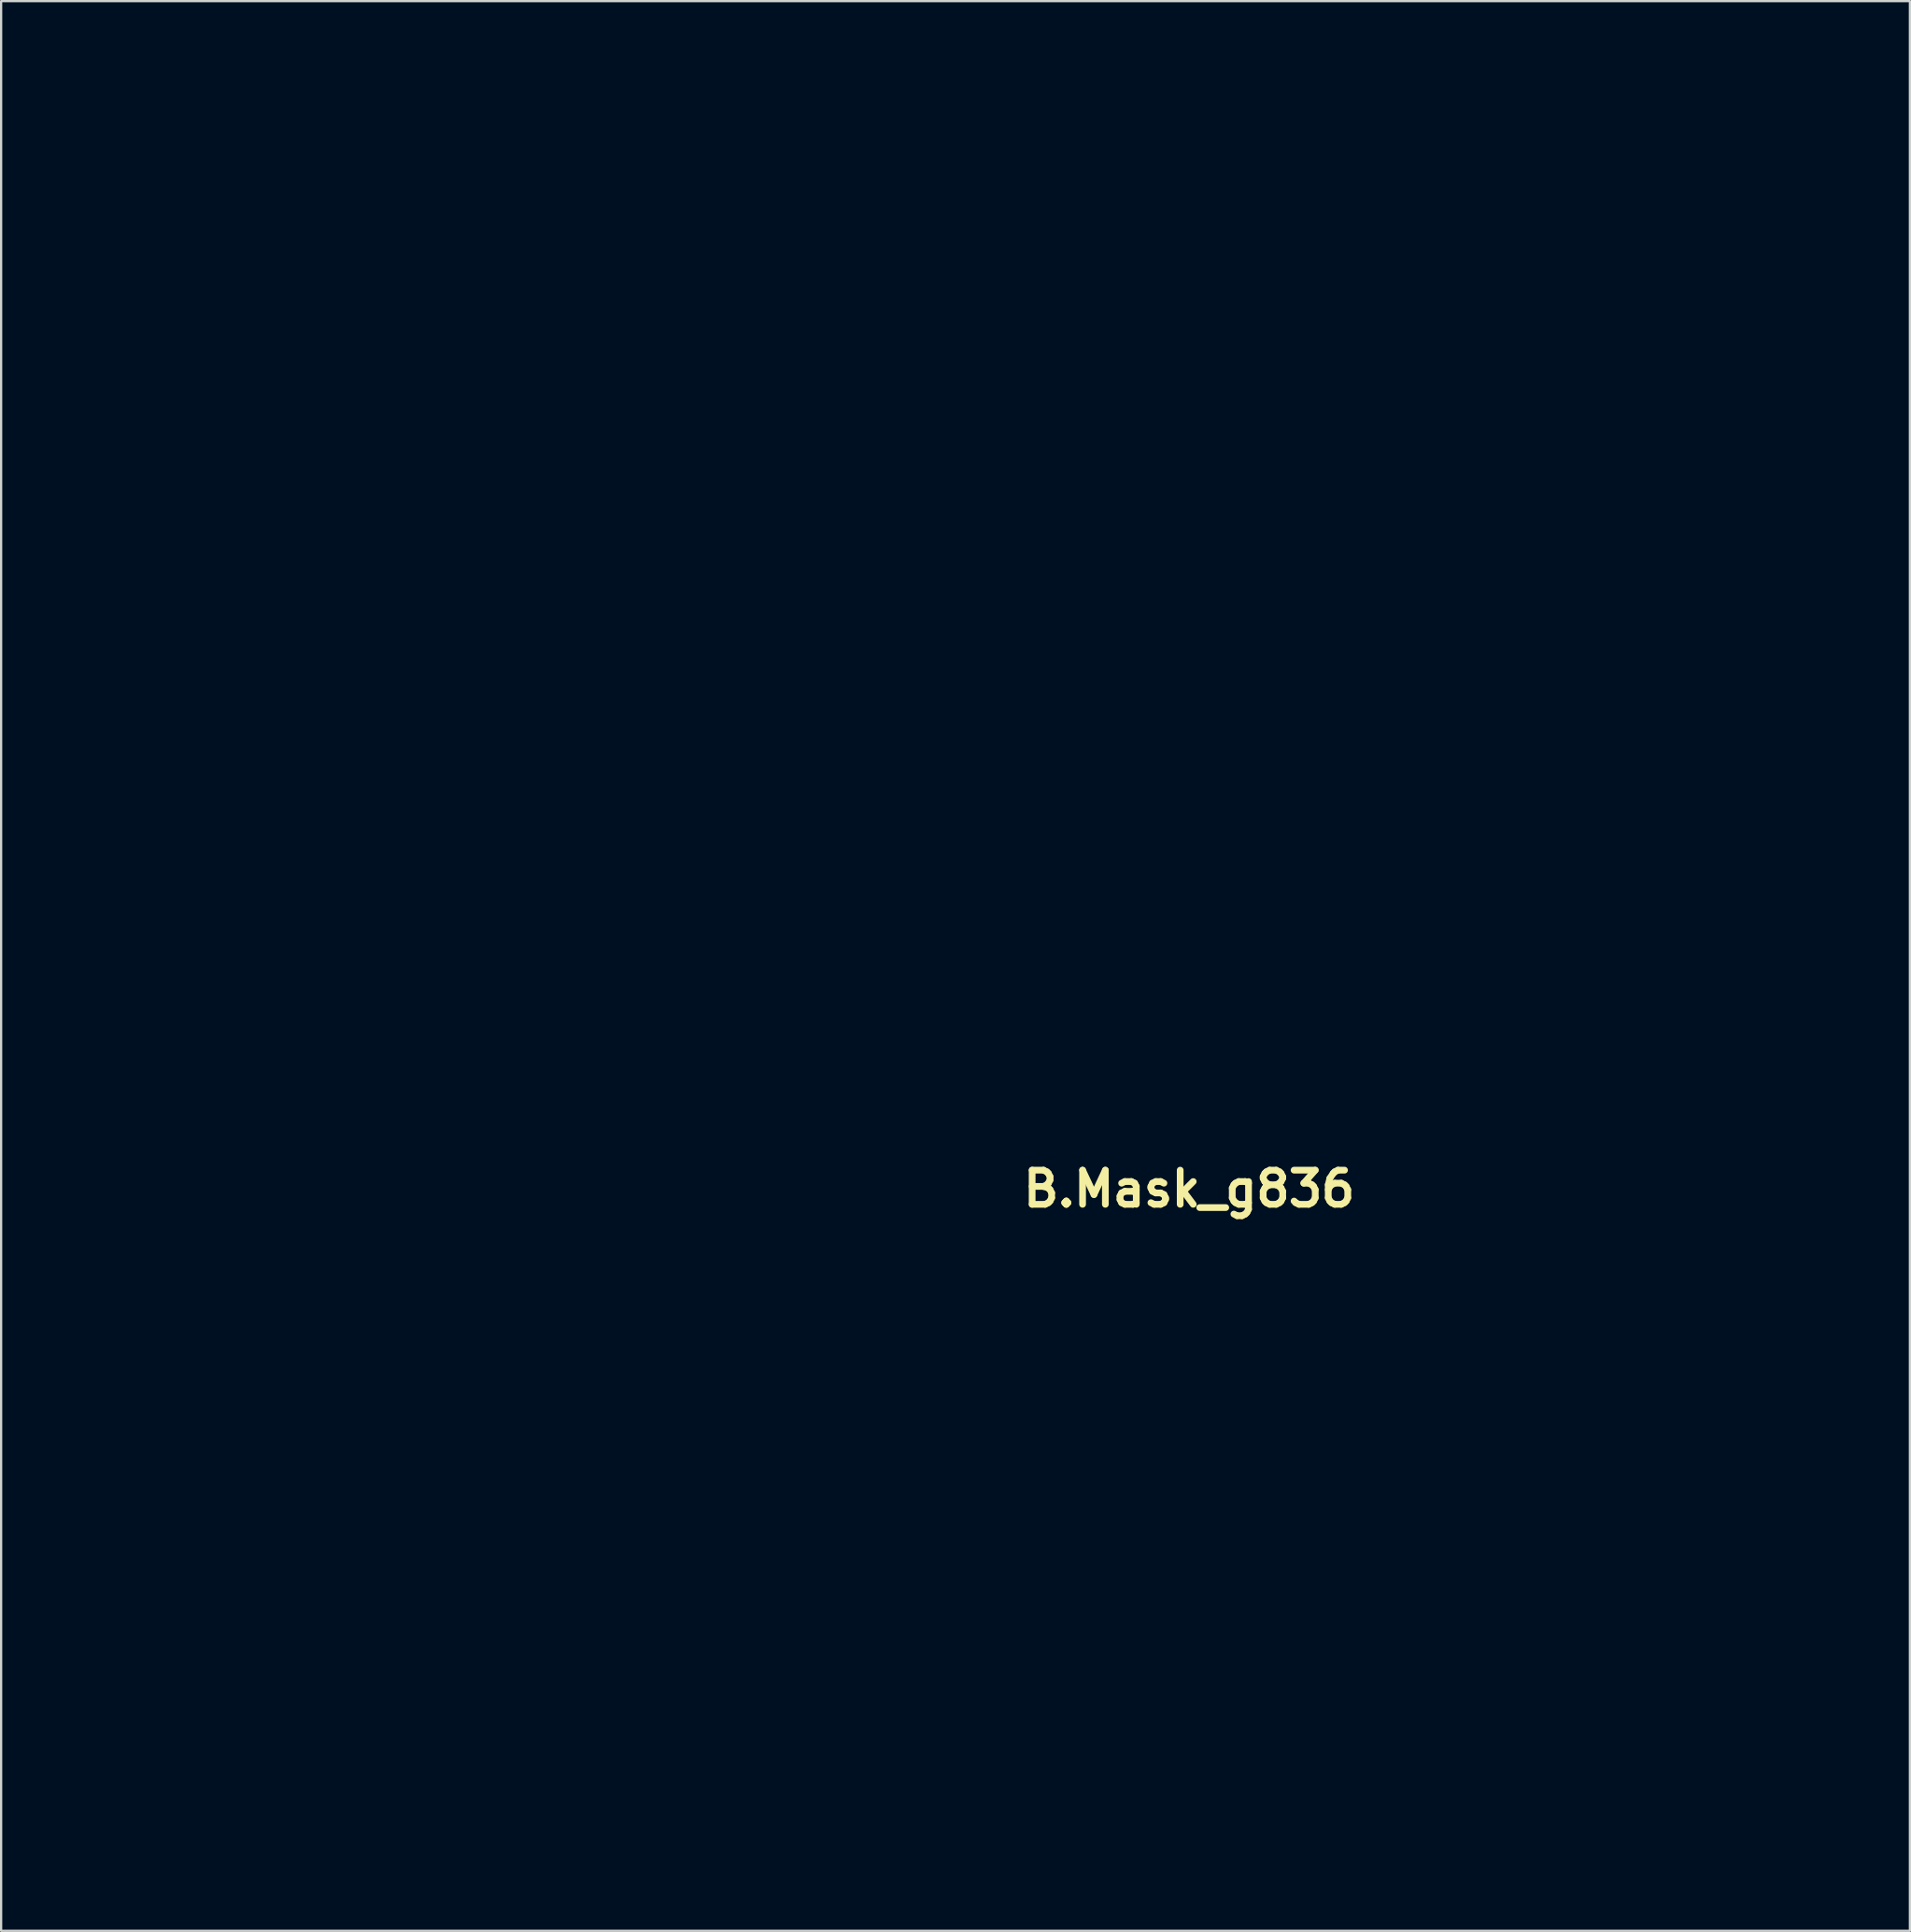
<source format=kicad_pcb>
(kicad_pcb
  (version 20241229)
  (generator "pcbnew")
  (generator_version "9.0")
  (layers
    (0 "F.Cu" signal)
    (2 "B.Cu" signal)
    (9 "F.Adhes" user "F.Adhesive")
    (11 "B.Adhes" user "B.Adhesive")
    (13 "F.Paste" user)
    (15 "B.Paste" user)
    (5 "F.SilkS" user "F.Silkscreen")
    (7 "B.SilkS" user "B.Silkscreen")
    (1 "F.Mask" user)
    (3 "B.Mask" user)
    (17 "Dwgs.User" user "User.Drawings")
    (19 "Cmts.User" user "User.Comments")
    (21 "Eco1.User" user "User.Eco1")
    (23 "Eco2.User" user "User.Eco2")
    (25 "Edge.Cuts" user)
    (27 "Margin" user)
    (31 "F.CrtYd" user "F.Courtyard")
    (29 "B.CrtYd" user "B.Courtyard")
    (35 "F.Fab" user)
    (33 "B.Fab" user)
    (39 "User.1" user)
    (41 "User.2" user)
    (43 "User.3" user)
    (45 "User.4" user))
  (footprint "B.Mask_g836"
    (layer "F.Cu")
    (at 49.993 49.994)
    (property "Reference" "B.Mask_g836" (at 0 0 0) (layer "F.SilkS") (effects (font (size 1.524 1.524) (thickness 0.3))))
    (attr through_hole)
    (fp_poly (pts (xy -10.92 -49.988) (xy -10.891 -49.973) (xy -10.832 -49.938) (xy -10.75 -49.884) (xy -10.647 -49.816) (xy -10.531 -49.737) (xy -10.404 -49.65) (xy -10.273 -49.559) (xy -10.143 -49.468) (xy -10.018 -49.38) (xy -9.903 -49.297) (xy -9.804 -49.224) (xy -9.753 -49.186) (xy -9.381 -48.886) (xy -9.01 -48.554) (xy -8.65 -48.198) (xy -8.308 -47.828) (xy -7.992 -47.451) (xy -7.752 -47.134) (xy -7.435 -46.659) (xy -7.14 -46.155) (xy -6.874 -45.63) (xy -6.64 -45.092) (xy -6.639 -45.089) (xy -6.484 -44.702) (xy -6.327 -44.94) (xy -6.219 -45.101) (xy -6.112 -45.249) (xy -5.999 -45.393) (xy -5.874 -45.543) (xy -5.729 -45.708) (xy -5.636 -45.81) (xy -5.308 -46.154) (xy -4.954 -46.496) (xy -4.582 -46.83) (xy -4.202 -47.146) (xy -3.825 -47.436) (xy -3.609 -47.591) (xy -3.443 -47.703) (xy -3.307 -47.789) (xy -3.2 -47.849) (xy -3.119 -47.881) (xy -3.062 -47.888) (xy -3.028 -47.868) (xy -3.014 -47.823) (xy -3.019 -47.753) (xy -3.037 -47.668) (xy -3.078 -47.434) (xy -3.084 -47.185) (xy -3.058 -46.928) (xy -2.999 -46.673) (xy -2.91 -46.427) (xy -2.856 -46.313) (xy -2.799 -46.211) (xy -2.732 -46.107) (xy -2.654 -45.998) (xy -2.561 -45.883) (xy -2.451 -45.758) (xy -2.322 -45.62) (xy -2.171 -45.466) (xy -1.996 -45.295) (xy -1.794 -45.103) (xy -1.562 -44.887) (xy -1.482 -44.813) (xy -1.349 -44.691) (xy -1.217 -44.567) (xy -1.092 -44.449) (xy -0.978 -44.341) (xy -0.883 -44.25) (xy -0.812 -44.179) (xy -0.797 -44.165) (xy -0.551 -43.897) (xy -0.343 -43.635) (xy -0.172 -43.374) (xy -0.035 -43.11) (xy 0.069 -42.838) (xy 0.143 -42.554) (xy 0.19 -42.252) (xy 0.203 -42.1) (xy 0.21 -42.006) (xy 0.218 -41.926) (xy 0.226 -41.871) (xy 0.231 -41.852) (xy 0.249 -41.855) (xy 0.288 -41.891) (xy 0.343 -41.957) (xy 0.36 -41.979) (xy 0.592 -42.255) (xy 0.861 -42.519) (xy 1.16 -42.768) (xy 1.486 -43) (xy 1.832 -43.212) (xy 2.194 -43.4) (xy 2.567 -43.56) (xy 2.945 -43.691) (xy 3.324 -43.788) (xy 3.344 -43.793) (xy 3.503 -43.824) (xy 3.7 -43.859) (xy 3.933 -43.899) (xy 4.198 -43.942) (xy 4.492 -43.987) (xy 4.614 -44.006) (xy 4.93 -44.056) (xy 5.229 -44.108) (xy 5.507 -44.162) (xy 5.76 -44.216) (xy 5.984 -44.269) (xy 6.174 -44.321) (xy 6.327 -44.37) (xy 6.346 -44.377) (xy 6.484 -44.436) (xy 6.642 -44.514) (xy 6.808 -44.606) (xy 6.97 -44.703) (xy 7.072 -44.771) (xy 7.295 -44.934) (xy 7.482 -45.096) (xy 7.641 -45.263) (xy 7.721 -45.364) (xy 7.803 -45.471) (xy 7.865 -45.549) (xy 7.911 -45.602) (xy 7.946 -45.634) (xy 7.975 -45.649) (xy 8.002 -45.654) (xy 8.019 -45.652) (xy 8.06 -45.638) (xy 8.098 -45.598) (xy 8.132 -45.54) (xy 8.174 -45.452) (xy 8.221 -45.33) (xy 8.273 -45.181) (xy 8.326 -45.014) (xy 8.379 -44.836) (xy 8.43 -44.655) (xy 8.475 -44.478) (xy 8.514 -44.312) (xy 8.543 -44.166) (xy 8.549 -44.133) (xy 8.574 -43.941) (xy 8.596 -43.713) (xy 8.614 -43.457) (xy 8.627 -43.179) (xy 8.636 -42.884) (xy 8.641 -42.581) (xy 8.641 -42.275) (xy 8.636 -41.972) (xy 8.627 -41.681) (xy 8.613 -41.406) (xy 8.594 -41.159) (xy 8.533 -40.678) (xy 8.437 -40.185) (xy 8.308 -39.685) (xy 8.149 -39.186) (xy 7.961 -38.695) (xy 7.748 -38.22) (xy 7.534 -37.807) (xy 7.492 -37.731) (xy 7.464 -37.678) (xy 7.453 -37.646) (xy 7.463 -37.637) (xy 7.497 -37.65) (xy 7.557 -37.685) (xy 7.647 -37.743) (xy 7.753 -37.813) (xy 7.937 -37.931) (xy 8.099 -38.031) (xy 8.253 -38.12) (xy 8.411 -38.206) (xy 8.586 -38.297) (xy 8.636 -38.322) (xy 9.147 -38.555) (xy 9.667 -38.747) (xy 10.193 -38.9) (xy 10.725 -39.011) (xy 11.261 -39.081) (xy 11.798 -39.109) (xy 12.315 -39.096) (xy 12.541 -39.081) (xy 12.756 -39.063) (xy 12.955 -39.044) (xy 13.131 -39.024) (xy 13.277 -39.004) (xy 13.375 -38.987) (xy 13.491 -38.942) (xy 13.604 -38.856) (xy 13.712 -38.73) (xy 13.815 -38.565) (xy 13.912 -38.363) (xy 14.003 -38.124) (xy 14.087 -37.85) (xy 14.106 -37.778) (xy 14.177 -37.485) (xy 14.232 -37.207) (xy 14.273 -36.93) (xy 14.301 -36.642) (xy 14.319 -36.33) (xy 14.323 -36.214) (xy 14.32 -35.69) (xy 14.279 -35.184) (xy 14.199 -34.693) (xy 14.08 -34.216) (xy 13.921 -33.75) (xy 13.722 -33.293) (xy 13.483 -32.845) (xy 13.351 -32.628) (xy 13.209 -32.414) (xy 13.054 -32.197) (xy 12.883 -31.975) (xy 12.691 -31.742) (xy 12.476 -31.495) (xy 12.233 -31.229) (xy 12.032 -31.015) (xy 11.734 -30.702) (xy 11.784 -30.533) (xy 11.833 -30.354) (xy 11.868 -30.197) (xy 11.892 -30.047) (xy 11.906 -29.888) (xy 11.911 -29.798) (xy 11.923 -29.53) (xy 12.19 -29.781) (xy 12.442 -30.012) (xy 12.686 -30.22) (xy 12.933 -30.417) (xy 13.197 -30.611) (xy 13.441 -30.781) (xy 13.975 -31.122) (xy 14.542 -31.445) (xy 15.139 -31.748) (xy 15.759 -32.028) (xy 16.396 -32.282) (xy 17.047 -32.509) (xy 17.505 -32.649) (xy 17.708 -32.707) (xy 17.89 -32.757) (xy 18.057 -32.799) (xy 18.213 -32.835) (xy 18.363 -32.864) (xy 18.513 -32.888) (xy 18.668 -32.906) (xy 18.834 -32.92) (xy 19.014 -32.93) (xy 19.216 -32.937) (xy 19.443 -32.942) (xy 19.702 -32.944) (xy 19.997 -32.945) (xy 20.045 -32.945) (xy 20.328 -32.945) (xy 20.571 -32.944) (xy 20.778 -32.942) (xy 20.951 -32.939) (xy 21.094 -32.933) (xy 21.209 -32.926) (xy 21.299 -32.916) (xy 21.367 -32.903) (xy 21.417 -32.888) (xy 21.45 -32.868) (xy 21.471 -32.845) (xy 21.481 -32.818) (xy 21.484 -32.787) (xy 21.484 -32.783) (xy 21.478 -32.735) (xy 21.457 -32.687) (xy 21.416 -32.635) (xy 21.351 -32.572) (xy 21.259 -32.496) (xy 21.161 -32.421) (xy 20.991 -32.286) (xy 20.839 -32.152) (xy 20.703 -32.013) (xy 20.581 -31.868) (xy 20.472 -31.711) (xy 20.375 -31.541) (xy 20.288 -31.353) (xy 20.208 -31.144) (xy 20.136 -30.91) (xy 20.068 -30.649) (xy 20.005 -30.357) (xy 19.943 -30.031) (xy 19.882 -29.666) (xy 19.865 -29.555) (xy 19.804 -29.178) (xy 19.742 -28.839) (xy 19.68 -28.534) (xy 19.614 -28.258) (xy 19.544 -28.009) (xy 19.468 -27.781) (xy 19.384 -27.571) (xy 19.292 -27.374) (xy 19.19 -27.187) (xy 19.077 -27.005) (xy 18.951 -26.824) (xy 18.901 -26.756) (xy 18.696 -26.485) (xy 18.952 -26.461) (xy 19.18 -26.432) (xy 19.418 -26.388) (xy 19.655 -26.331) (xy 19.883 -26.264) (xy 20.091 -26.189) (xy 20.269 -26.111) (xy 20.3 -26.095) (xy 20.489 -25.983) (xy 20.692 -25.842) (xy 20.9 -25.679) (xy 21.105 -25.5) (xy 21.299 -25.313) (xy 21.403 -25.203) (xy 21.504 -25.091) (xy 21.592 -24.992) (xy 21.674 -24.896) (xy 21.755 -24.797) (xy 21.843 -24.687) (xy 21.942 -24.559) (xy 22.06 -24.405) (xy 22.076 -24.384) (xy 22.229 -24.184) (xy 22.363 -24.013) (xy 22.481 -23.865) (xy 22.59 -23.734) (xy 22.693 -23.614) (xy 22.796 -23.501) (xy 22.904 -23.387) (xy 23.021 -23.268) (xy 23.039 -23.25) (xy 23.216 -23.078) (xy 23.376 -22.937) (xy 23.525 -22.823) (xy 23.667 -22.73) (xy 23.809 -22.656) (xy 23.893 -22.62) (xy 23.963 -22.592) (xy 24.022 -22.574) (xy 24.08 -22.562) (xy 24.149 -22.557) (xy 24.24 -22.554) (xy 24.331 -22.554) (xy 24.448 -22.555) (xy 24.537 -22.559) (xy 24.61 -22.567) (xy 24.682 -22.583) (xy 24.765 -22.607) (xy 24.839 -22.632) (xy 24.989 -22.681) (xy 25.105 -22.716) (xy 25.189 -22.737) (xy 25.248 -22.745) (xy 25.285 -22.739) (xy 25.306 -22.721) (xy 25.314 -22.69) (xy 25.315 -22.662) (xy 25.301 -22.598) (xy 25.258 -22.507) (xy 25.189 -22.392) (xy 25.096 -22.256) (xy 24.981 -22.1) (xy 24.847 -21.928) (xy 24.695 -21.743) (xy 24.527 -21.546) (xy 24.346 -21.341) (xy 24.154 -21.131) (xy 23.952 -20.918) (xy 23.857 -20.819) (xy 23.748 -20.706) (xy 23.651 -20.604) (xy 23.568 -20.515) (xy 23.504 -20.445) (xy 23.461 -20.395) (xy 23.444 -20.371) (xy 23.444 -20.37) (xy 23.47 -20.365) (xy 23.531 -20.356) (xy 23.621 -20.344) (xy 23.733 -20.329) (xy 23.859 -20.312) (xy 23.876 -20.309) (xy 24.202 -20.263) (xy 24.497 -20.212) (xy 24.772 -20.154) (xy 25.037 -20.088) (xy 25.303 -20.011) (xy 25.533 -19.936) (xy 25.991 -19.763) (xy 26.418 -19.564) (xy 26.813 -19.339) (xy 26.892 -19.288) (xy 27.109 -19.141) (xy 27.335 -18.977) (xy 27.559 -18.805) (xy 27.774 -18.632) (xy 27.97 -18.463) (xy 28.138 -18.307) (xy 28.149 -18.296) (xy 28.238 -18.21) (xy 28.3 -18.144) (xy 28.337 -18.089) (xy 28.351 -18.038) (xy 28.341 -17.981) (xy 28.309 -17.91) (xy 28.256 -17.816) (xy 28.211 -17.738) (xy 27.904 -17.247) (xy 27.575 -16.791) (xy 27.223 -16.371) (xy 26.846 -15.984) (xy 26.444 -15.631) (xy 26.016 -15.31) (xy 25.561 -15.022) (xy 25.079 -14.764) (xy 24.689 -14.587) (xy 24.575 -14.54) (xy 24.432 -14.486) (xy 24.272 -14.427) (xy 24.108 -14.368) (xy 23.95 -14.314) (xy 23.931 -14.308) (xy 23.472 -14.155) (xy 23.912 -14.044) (xy 24.115 -13.991) (xy 24.286 -13.945) (xy 24.432 -13.903) (xy 24.565 -13.862) (xy 24.691 -13.819) (xy 24.82 -13.771) (xy 24.961 -13.716) (xy 24.994 -13.703) (xy 25.357 -13.543) (xy 25.728 -13.353) (xy 26.096 -13.139) (xy 26.448 -12.908) (xy 26.615 -12.788) (xy 26.812 -12.637) (xy 27.001 -12.481) (xy 27.186 -12.316) (xy 27.37 -12.138) (xy 27.556 -11.944) (xy 27.748 -11.73) (xy 27.949 -11.493) (xy 28.163 -11.229) (xy 28.392 -10.935) (xy 28.572 -10.697) (xy 28.713 -10.509) (xy 28.83 -10.351) (xy 28.924 -10.219) (xy 28.999 -10.111) (xy 29.056 -10.023) (xy 29.097 -9.952) (xy 29.124 -9.895) (xy 29.14 -9.848) (xy 29.146 -9.808) (xy 29.146 -9.798) (xy 29.144 -9.762) (xy 29.133 -9.73) (xy 29.107 -9.695) (xy 29.062 -9.651) (xy 28.991 -9.589) (xy 28.962 -9.565) (xy 28.913 -9.521) (xy 28.837 -9.451) (xy 28.738 -9.357) (xy 28.619 -9.243) (xy 28.483 -9.113) (xy 28.335 -8.969) (xy 28.177 -8.815) (xy 28.013 -8.654) (xy 27.898 -8.541) (xy 27.659 -8.306) (xy 27.447 -8.098) (xy 27.259 -7.915) (xy 27.092 -7.755) (xy 26.945 -7.616) (xy 26.813 -7.495) (xy 26.695 -7.39) (xy 26.588 -7.298) (xy 26.488 -7.217) (xy 26.394 -7.145) (xy 26.302 -7.079) (xy 26.21 -7.017) (xy 26.115 -6.957) (xy 26.015 -6.895) (xy 26.014 -6.895) (xy 25.503 -6.614) (xy 24.976 -6.371) (xy 24.434 -6.168) (xy 23.876 -6.004) (xy 23.304 -5.88) (xy 22.744 -5.799) (xy 22.647 -5.787) (xy 22.564 -5.775) (xy 22.506 -5.764) (xy 22.483 -5.758) (xy 22.493 -5.748) (xy 22.539 -5.73) (xy 22.615 -5.704) (xy 22.715 -5.673) (xy 22.833 -5.639) (xy 22.859 -5.632) (xy 23.158 -5.547) (xy 23.425 -5.466) (xy 23.671 -5.383) (xy 23.904 -5.296) (xy 24.136 -5.201) (xy 24.375 -5.094) (xy 24.627 -4.973) (xy 25.188 -4.68) (xy 25.717 -4.364) (xy 26.218 -4.021) (xy 26.697 -3.648) (xy 26.747 -3.606) (xy 26.87 -3.498) (xy 27.011 -3.366) (xy 27.164 -3.217) (xy 27.32 -3.059) (xy 27.472 -2.9) (xy 27.611 -2.749) (xy 27.731 -2.612) (xy 27.776 -2.558) (xy 27.892 -2.407) (xy 27.976 -2.277) (xy 28.027 -2.162) (xy 28.046 -2.053) (xy 28.032 -1.946) (xy 27.986 -1.833) (xy 27.907 -1.708) (xy 27.796 -1.564) (xy 27.777 -1.541) (xy 27.422 -1.146) (xy 27.038 -0.781) (xy 26.627 -0.448) (xy 26.189 -0.148) (xy 25.728 0.12) (xy 25.243 0.353) (xy 24.736 0.552) (xy 24.208 0.715) (xy 24.072 0.75) (xy 23.841 0.806) (xy 23.621 0.852) (xy 23.402 0.892) (xy 23.177 0.926) (xy 22.936 0.955) (xy 22.67 0.982) (xy 22.373 1.006) (xy 22.239 1.017) (xy 22.121 1.026) (xy 22.023 1.034) (xy 21.954 1.041) (xy 21.917 1.045) (xy 21.914 1.045) (xy 21.929 1.057) (xy 21.974 1.087) (xy 22.042 1.131) (xy 22.126 1.184) (xy 22.147 1.196) (xy 22.52 1.434) (xy 22.859 1.662) (xy 23.169 1.886) (xy 23.455 2.109) (xy 23.723 2.336) (xy 23.979 2.572) (xy 24.225 2.817) (xy 24.494 3.107) (xy 24.729 3.392) (xy 24.94 3.68) (xy 25.133 3.983) (xy 25.284 4.25) (xy 25.346 4.367) (xy 25.389 4.453) (xy 25.415 4.513) (xy 25.426 4.552) (xy 25.425 4.576) (xy 25.42 4.584) (xy 25.389 4.61) (xy 25.374 4.614) (xy 25.35 4.603) (xy 25.299 4.57) (xy 25.225 4.521) (xy 25.134 4.458) (xy 25.043 4.394) (xy 24.874 4.277) (xy 24.731 4.184) (xy 24.606 4.111) (xy 24.491 4.057) (xy 24.381 4.017) (xy 24.268 3.988) (xy 24.144 3.968) (xy 24.062 3.959) (xy 23.905 3.948) (xy 23.775 3.953) (xy 23.662 3.975) (xy 23.552 4.016) (xy 23.495 4.045) (xy 23.391 4.105) (xy 23.29 4.176) (xy 23.189 4.259) (xy 23.086 4.358) (xy 22.978 4.476) (xy 22.862 4.615) (xy 22.738 4.778) (xy 22.601 4.968) (xy 22.45 5.188) (xy 22.283 5.44) (xy 22.173 5.609) (xy 22.014 5.854) (xy 21.874 6.067) (xy 21.751 6.251) (xy 21.642 6.409) (xy 21.544 6.546) (xy 21.455 6.665) (xy 21.371 6.769) (xy 21.291 6.863) (xy 21.212 6.949) (xy 21.131 7.031) (xy 21.111 7.051) (xy 20.965 7.183) (xy 20.801 7.313) (xy 20.627 7.437) (xy 20.446 7.553) (xy 20.265 7.657) (xy 20.09 7.747) (xy 19.926 7.818) (xy 19.78 7.867) (xy 19.655 7.893) (xy 19.612 7.895) (xy 19.555 7.899) (xy 19.52 7.907) (xy 19.516 7.912) (xy 19.531 7.941) (xy 19.579 7.988) (xy 19.659 8.054) (xy 19.774 8.139) (xy 19.924 8.244) (xy 20.003 8.298) (xy 20.174 8.417) (xy 20.318 8.52) (xy 20.441 8.614) (xy 20.552 8.705) (xy 20.659 8.8) (xy 20.769 8.905) (xy 20.89 9.027) (xy 20.893 9.03) (xy 21.057 9.206) (xy 21.229 9.404) (xy 21.412 9.627) (xy 21.608 9.881) (xy 21.759 10.083) (xy 21.955 10.348) (xy 22.129 10.582) (xy 22.282 10.788) (xy 22.419 10.968) (xy 22.54 11.127) (xy 22.649 11.266) (xy 22.747 11.389) (xy 22.838 11.5) (xy 22.924 11.6) (xy 23.007 11.694) (xy 23.09 11.784) (xy 23.175 11.873) (xy 23.264 11.965) (xy 23.303 12.004) (xy 23.506 12.199) (xy 23.692 12.361) (xy 23.868 12.493) (xy 24.037 12.598) (xy 24.206 12.68) (xy 24.375 12.741) (xy 24.505 12.786) (xy 24.594 12.831) (xy 24.645 12.881) (xy 24.658 12.939) (xy 24.632 13.009) (xy 24.569 13.093) (xy 24.469 13.195) (xy 24.454 13.209) (xy 24.303 13.342) (xy 24.12 13.486) (xy 23.91 13.639) (xy 23.68 13.798) (xy 23.435 13.958) (xy 23.18 14.116) (xy 22.922 14.269) (xy 22.666 14.414) (xy 22.418 14.546) (xy 22.183 14.663) (xy 21.968 14.761) (xy 21.777 14.837) (xy 21.721 14.856) (xy 21.358 14.957) (xy 20.964 15.033) (xy 20.541 15.082) (xy 20.093 15.107) (xy 19.621 15.106) (xy 19.128 15.081) (xy 18.616 15.032) (xy 18.088 14.959) (xy 17.546 14.862) (xy 16.993 14.742) (xy 16.431 14.599) (xy 15.862 14.434) (xy 15.289 14.247) (xy 14.714 14.037) (xy 14.139 13.806) (xy 14.086 13.784) (xy 13.869 13.688) (xy 13.624 13.575) (xy 13.361 13.448) (xy 13.089 13.313) (xy 12.816 13.174) (xy 12.552 13.035) (xy 12.305 12.9) (xy 12.235 12.86) (xy 12.109 12.79) (xy 11.991 12.725) (xy 11.89 12.67) (xy 11.809 12.628) (xy 11.756 12.601) (xy 11.74 12.595) (xy 11.68 12.574) (xy 11.717 12.632) (xy 11.764 12.699) (xy 11.832 12.788) (xy 11.922 12.9) (xy 12.037 13.037) (xy 12.177 13.201) (xy 12.331 13.377) (xy 12.596 13.683) (xy 12.834 13.964) (xy 13.048 14.224) (xy 13.241 14.466) (xy 13.416 14.695) (xy 13.577 14.914) (xy 13.726 15.128) (xy 13.795 15.229) (xy 14.104 15.73) (xy 14.376 16.243) (xy 14.61 16.767) (xy 14.803 17.297) (xy 14.956 17.833) (xy 14.974 17.907) (xy 15.037 18.23) (xy 15.084 18.58) (xy 15.114 18.949) (xy 15.128 19.327) (xy 15.125 19.708) (xy 15.105 20.081) (xy 15.069 20.439) (xy 15.016 20.773) (xy 14.963 21.015) (xy 14.911 21.21) (xy 14.861 21.366) (xy 14.813 21.487) (xy 14.764 21.574) (xy 14.713 21.633) (xy 14.659 21.665) (xy 14.601 21.675) (xy 14.558 21.671) (xy 14.51 21.659) (xy 14.452 21.634) (xy 14.379 21.595) (xy 14.283 21.539) (xy 14.161 21.461) (xy 14.129 21.44) (xy 13.941 21.323) (xy 13.757 21.217) (xy 13.571 21.118) (xy 13.377 21.025) (xy 13.167 20.933) (xy 12.935 20.841) (xy 12.676 20.744) (xy 12.383 20.642) (xy 12.351 20.631) (xy 11.994 20.507) (xy 11.673 20.394) (xy 11.385 20.29) (xy 11.126 20.191) (xy 10.89 20.097) (xy 10.676 20.006) (xy 10.477 19.916) (xy 10.29 19.825) (xy 10.112 19.732) (xy 9.938 19.633) (xy 9.763 19.529) (xy 9.585 19.416) (xy 9.461 19.335) (xy 9.207 19.156) (xy 8.937 18.944) (xy 8.659 18.707) (xy 8.377 18.451) (xy 8.098 18.179) (xy 7.828 17.9) (xy 7.571 17.617) (xy 7.335 17.337) (xy 7.125 17.065) (xy 7.117 17.053) (xy 7.037 16.95) (xy 6.963 16.874) (xy 6.884 16.817) (xy 6.791 16.774) (xy 6.674 16.738) (xy 6.57 16.713) (xy 6.302 16.639) (xy 6.036 16.537) (xy 5.761 16.401) (xy 5.747 16.393) (xy 5.548 16.286) (xy 5.372 16.194) (xy 5.222 16.119) (xy 5.099 16.063) (xy 5.006 16.025) (xy 4.944 16.007) (xy 4.918 16.009) (xy 4.922 16.024) (xy 4.947 16.062) (xy 4.991 16.123) (xy 5.058 16.209) (xy 5.147 16.322) (xy 5.261 16.463) (xy 5.401 16.634) (xy 5.521 16.78) (xy 5.951 17.332) (xy 6.363 17.916) (xy 6.751 18.527) (xy 7.112 19.158) (xy 7.444 19.803) (xy 7.741 20.456) (xy 7.825 20.659) (xy 7.894 20.834) (xy 7.968 21.037) (xy 8.045 21.259) (xy 8.122 21.489) (xy 8.195 21.718) (xy 8.262 21.936) (xy 8.319 22.134) (xy 8.359 22.288) (xy 8.414 22.525) (xy 8.46 22.751) (xy 8.497 22.972) (xy 8.527 23.195) (xy 8.549 23.428) (xy 8.565 23.677) (xy 8.576 23.949) (xy 8.581 24.252) (xy 8.582 24.5) (xy 8.578 24.847) (xy 8.569 25.175) (xy 8.553 25.481) (xy 8.531 25.762) (xy 8.504 26.016) (xy 8.471 26.241) (xy 8.434 26.434) (xy 8.392 26.593) (xy 8.346 26.716) (xy 8.296 26.799) (xy 8.284 26.813) (xy 8.251 26.838) (xy 8.213 26.852) (xy 8.166 26.852) (xy 8.106 26.837) (xy 8.031 26.805) (xy 7.935 26.755) (xy 7.816 26.685) (xy 7.67 26.595) (xy 7.494 26.481) (xy 7.468 26.464) (xy 7.292 26.351) (xy 7.142 26.256) (xy 7.009 26.174) (xy 6.882 26.101) (xy 6.753 26.03) (xy 6.613 25.956) (xy 6.452 25.874) (xy 6.402 25.849) (xy 6.206 25.752) (xy 6.017 25.662) (xy 5.83 25.577) (xy 5.641 25.496) (xy 5.447 25.417) (xy 5.244 25.339) (xy 5.027 25.261) (xy 4.792 25.18) (xy 4.536 25.095) (xy 4.255 25.006) (xy 3.944 24.91) (xy 3.599 24.806) (xy 3.281 24.712) (xy 2.901 24.599) (xy 2.559 24.495) (xy 2.253 24.399) (xy 1.98 24.311) (xy 1.737 24.229) (xy 1.522 24.152) (xy 1.333 24.079) (xy 1.165 24.01) (xy 1.017 23.943) (xy 0.886 23.878) (xy 0.769 23.813) (xy 0.751 23.803) (xy 0.563 23.682) (xy 0.373 23.545) (xy 0.185 23.396) (xy 0.006 23.24) (xy -0.161 23.082) (xy -0.31 22.926) (xy -0.436 22.776) (xy -0.535 22.638) (xy -0.599 22.522) (xy -0.641 22.427) (xy -0.713 22.617) (xy -0.781 22.795) (xy -0.837 22.939) (xy -0.885 23.058) (xy -0.928 23.157) (xy -0.968 23.243) (xy -1.009 23.324) (xy -1.054 23.405) (xy -1.072 23.436) (xy -1.181 23.617) (xy -1.302 23.794) (xy -1.437 23.971) (xy -1.589 24.149) (xy -1.761 24.332) (xy -1.954 24.522) (xy -2.172 24.722) (xy -2.416 24.934) (xy -2.691 25.16) (xy -2.997 25.404) (xy -3.229 25.584) (xy -3.521 25.818) (xy -3.775 26.044) (xy -3.991 26.261) (xy -4.171 26.474) (xy -4.316 26.685) (xy -4.429 26.894) (xy -4.511 27.106) (xy -4.564 27.321) (xy -4.584 27.483) (xy -4.587 27.565) (xy -4.587 27.678) (xy -4.584 27.809) (xy -4.577 27.946) (xy -4.572 28.022) (xy -4.564 28.142) (xy -4.559 28.247) (xy -4.556 28.329) (xy -4.556 28.382) (xy -4.558 28.399) (xy -4.579 28.392) (xy -4.627 28.364) (xy -4.695 28.32) (xy -4.777 28.263) (xy -4.788 28.256) (xy -4.982 28.103) (xy -5.187 27.916) (xy -5.398 27.7) (xy -5.611 27.46) (xy -5.821 27.202) (xy -6.025 26.93) (xy -6.218 26.651) (xy -6.395 26.369) (xy -6.525 26.141) (xy -6.695 25.797) (xy -6.851 25.421) (xy -6.991 25.02) (xy -7.112 24.603) (xy -7.213 24.177) (xy -7.289 23.752) (xy -7.326 23.476) (xy -7.339 23.372) (xy -7.351 23.303) (xy -7.362 23.271) (xy -7.369 23.275) (xy -7.375 23.305) (xy -7.387 23.372) (xy -7.403 23.47) (xy -7.422 23.593) (xy -7.443 23.735) (xy -7.465 23.892) (xy -7.472 23.939) (xy -7.54 24.399) (xy -7.61 24.82) (xy -7.682 25.208) (xy -7.76 25.566) (xy -7.843 25.899) (xy -7.934 26.211) (xy -8.034 26.506) (xy -8.145 26.789) (xy -8.268 27.064) (xy -8.404 27.335) (xy -8.555 27.606) (xy -8.723 27.883) (xy -8.909 28.168) (xy -8.954 28.235) (xy -9.07 28.401) (xy -9.198 28.575) (xy -9.334 28.754) (xy -9.475 28.934) (xy -9.62 29.112) (xy -9.765 29.285) (xy -9.907 29.449) (xy -10.043 29.602) (xy -10.172 29.741) (xy -10.289 29.861) (xy -10.392 29.96) (xy -10.478 30.035) (xy -10.545 30.082) (xy -10.589 30.099) (xy -10.589 30.099) (xy -10.636 30.083) (xy -10.694 30.04) (xy -10.714 30.02) (xy -10.755 29.973) (xy -10.814 29.902) (xy -10.884 29.814) (xy -10.958 29.72) (xy -10.976 29.697) (xy -11.082 29.559) (xy -11.205 29.404) (xy -11.347 29.227) (xy -11.51 29.028) (xy -11.695 28.804) (xy -11.904 28.552) (xy -12.097 28.321) (xy -12.417 27.933) (xy -12.71 27.562) (xy -12.981 27.201) (xy -13.237 26.842) (xy -13.483 26.475) (xy -13.725 26.093) (xy -13.968 25.687) (xy -14.161 25.352) (xy -14.22 25.25) (xy -14.272 25.161) (xy -14.314 25.093) (xy -14.341 25.051) (xy -14.35 25.04) (xy -14.363 25.058) (xy -14.391 25.109) (xy -14.432 25.185) (xy -14.483 25.282) (xy -14.541 25.394) (xy -14.548 25.41) (xy -14.725 25.734) (xy -14.925 26.059) (xy -15.145 26.379) (xy -15.381 26.691) (xy -15.629 26.99) (xy -15.885 27.272) (xy -16.146 27.532) (xy -16.407 27.766) (xy -16.665 27.969) (xy -16.915 28.137) (xy -16.978 28.174) (xy -17.094 28.236) (xy -17.18 28.269) (xy -17.236 28.274) (xy -17.264 28.25) (xy -17.267 28.197) (xy -17.244 28.114) (xy -17.244 28.112) (xy -17.21 27.993) (xy -17.182 27.841) (xy -17.159 27.665) (xy -17.142 27.472) (xy -17.131 27.272) (xy -17.127 27.074) (xy -17.131 26.886) (xy -17.142 26.717) (xy -17.155 26.617) (xy -17.198 26.397) (xy -17.259 26.179) (xy -17.34 25.96) (xy -17.442 25.737) (xy -17.566 25.508) (xy -17.716 25.269) (xy -17.892 25.018) (xy -18.097 24.751) (xy -18.331 24.465) (xy -18.598 24.158) (xy -18.67 24.077) (xy -18.921 23.792) (xy -19.143 23.53) (xy -19.338 23.288) (xy -19.509 23.062) (xy -19.659 22.85) (xy -19.766 22.685) (xy -19.824 22.587) (xy -19.887 22.472) (xy -19.95 22.351) (xy -20.006 22.237) (xy -20.049 22.14) (xy -20.067 22.094) (xy -20.095 22.015) (xy -20.141 22.157) (xy -20.173 22.245) (xy -20.217 22.35) (xy -20.264 22.453) (xy -20.274 22.474) (xy -20.489 22.851) (xy -20.738 23.205) (xy -21.021 23.536) (xy -21.335 23.841) (xy -21.678 24.119) (xy -22.049 24.367) (xy -22.446 24.585) (xy -22.7 24.702) (xy -22.941 24.8) (xy -23.183 24.89) (xy -23.432 24.971) (xy -23.693 25.046) (xy -23.972 25.115) (xy -24.274 25.181) (xy -24.604 25.244) (xy -24.968 25.307) (xy -25.231 25.348) (xy -25.588 25.405) (xy -25.908 25.463) (xy -26.196 25.524) (xy -26.459 25.589) (xy -26.7 25.66) (xy -26.925 25.738) (xy -27.14 25.827) (xy -27.349 25.927) (xy -27.559 26.04) (xy -27.774 26.168) (xy -27.925 26.264) (xy -28.075 26.361) (xy -28.193 26.435) (xy -28.286 26.489) (xy -28.355 26.526) (xy -28.407 26.548) (xy -28.444 26.556) (xy -28.47 26.553) (xy -28.486 26.544) (xy -28.503 26.524) (xy -28.521 26.489) (xy -28.542 26.434) (xy -28.567 26.355) (xy -28.599 26.248) (xy -28.638 26.108) (xy -28.68 25.953) (xy -28.81 25.43) (xy -28.909 24.914) (xy -28.982 24.39) (xy -29.019 24.014) (xy -29.027 23.876) (xy -29.034 23.706) (xy -29.038 23.513) (xy -29.04 23.305) (xy -29.04 23.093) (xy -29.038 22.885) (xy -29.034 22.691) (xy -29.028 22.52) (xy -29.019 22.384) (xy -28.945 21.71) (xy -28.829 21.04) (xy -28.672 20.374) (xy -28.476 19.717) (xy -28.24 19.07) (xy -27.967 18.438) (xy -27.751 18.002) (xy -27.623 17.762) (xy -27.487 17.519) (xy -27.347 17.279) (xy -27.205 17.045) (xy -27.065 16.822) (xy -26.929 16.616) (xy -26.801 16.431) (xy -26.683 16.271) (xy -26.58 16.142) (xy -26.525 16.081) (xy -26.497 16.052) (xy -26.478 16.03) (xy -26.473 16.016) (xy -26.486 16.008) (xy -26.522 16.006) (xy -26.584 16.01) (xy -26.677 16.02) (xy -26.805 16.034) (xy -26.898 16.044) (xy -27.125 16.072) (xy -27.316 16.1) (xy -27.474 16.13) (xy -27.604 16.163) (xy -27.712 16.202) (xy -27.802 16.246) (xy -27.88 16.3) (xy -27.949 16.362) (xy -27.975 16.39) (xy -28.017 16.441) (xy -28.077 16.52) (xy -28.15 16.621) (xy -28.232 16.737) (xy -28.316 16.861) (xy -28.351 16.914) (xy -28.557 17.219) (xy -28.752 17.492) (xy -28.94 17.741) (xy -29.126 17.971) (xy -29.318 18.19) (xy -29.518 18.405) (xy -29.643 18.532) (xy -30.023 18.89) (xy -30.41 19.207) (xy -30.805 19.486) (xy -31.214 19.729) (xy -31.64 19.937) (xy -32.087 20.112) (xy -32.558 20.256) (xy -33.056 20.372) (xy -33.189 20.398) (xy -33.424 20.427) (xy -33.685 20.435) (xy -33.963 20.423) (xy -34.247 20.39) (xy -34.332 20.376) (xy -34.551 20.336) (xy -34.727 20.299) (xy -34.862 20.265) (xy -34.955 20.234) (xy -35.007 20.206) (xy -35.008 20.205) (xy -35.045 20.151) (xy -35.082 20.058) (xy -35.118 19.928) (xy -35.155 19.763) (xy -35.19 19.566) (xy -35.224 19.339) (xy -35.256 19.085) (xy -35.286 18.807) (xy -35.314 18.507) (xy -35.318 18.457) (xy -35.329 18.284) (xy -35.337 18.084) (xy -35.342 17.866) (xy -35.344 17.636) (xy -35.344 17.402) (xy -35.34 17.172) (xy -35.334 16.953) (xy -35.326 16.752) (xy -35.314 16.577) (xy -35.301 16.435) (xy -35.297 16.404) (xy -35.244 16.077) (xy -35.174 15.755) (xy -35.087 15.433) (xy -34.981 15.104) (xy -34.852 14.762) (xy -34.699 14.401) (xy -34.524 14.022) (xy -34.405 13.78) (xy -34.293 13.567) (xy -34.183 13.371) (xy -34.068 13.183) (xy -33.943 12.99) (xy -33.94 12.987) (xy -33.76 12.72) (xy -33.851 12.766) (xy -33.895 12.789) (xy -33.971 12.829) (xy -34.07 12.882) (xy -34.186 12.944) (xy -34.312 13.011) (xy -34.368 13.042) (xy -35.053 13.388) (xy -35.753 13.694) (xy -36.466 13.96) (xy -37.192 14.185) (xy -37.932 14.371) (xy -38.684 14.516) (xy -38.831 14.54) (xy -39.53 14.626) (xy -40.228 14.671) (xy -40.926 14.673) (xy -41.624 14.634) (xy -41.824 14.614) (xy -42.096 14.584) (xy -42.327 14.553) (xy -42.516 14.521) (xy -42.665 14.488) (xy -42.775 14.455) (xy -42.847 14.42) (xy -42.881 14.384) (xy -42.884 14.369) (xy -42.874 14.321) (xy -42.844 14.236) (xy -42.795 14.115) (xy -42.726 13.957) (xy -42.637 13.764) (xy -42.569 13.617) (xy -42.485 13.436) (xy -42.409 13.268) (xy -42.341 13.107) (xy -42.278 12.95) (xy -42.219 12.791) (xy -42.163 12.624) (xy -42.106 12.445) (xy -42.049 12.249) (xy -41.988 12.031) (xy -41.924 11.785) (xy -41.852 11.506) (xy -41.793 11.271) (xy -41.707 10.929) (xy -41.629 10.625) (xy -41.557 10.354) (xy -41.49 10.113) (xy -41.428 9.898) (xy -41.369 9.705) (xy -41.312 9.531) (xy -41.255 9.371) (xy -41.203 9.232) (xy -41.085 8.945) (xy -40.963 8.688) (xy -40.833 8.453) (xy -40.688 8.229) (xy -40.524 8.011) (xy -40.335 7.788) (xy -40.115 7.552) (xy -40.103 7.54) (xy -40.014 7.447) (xy -39.937 7.365) (xy -39.875 7.299) (xy -39.834 7.252) (xy -39.818 7.23) (xy -39.818 7.229) (xy -39.841 7.223) (xy -39.898 7.214) (xy -39.981 7.203) (xy -40.081 7.19) (xy -40.101 7.188) (xy -40.314 7.158) (xy -40.497 7.121) (xy -40.663 7.074) (xy -40.824 7.012) (xy -40.929 6.965) (xy -41.052 6.903) (xy -41.172 6.837) (xy -41.293 6.763) (xy -41.416 6.679) (xy -41.546 6.582) (xy -41.685 6.471) (xy -41.836 6.342) (xy -42.002 6.193) (xy -42.187 6.022) (xy -42.394 5.826) (xy -42.625 5.602) (xy -42.715 5.514) (xy -42.957 5.279) (xy -43.175 5.073) (xy -43.37 4.895) (xy -43.545 4.741) (xy -43.705 4.61) (xy -43.851 4.499) (xy -43.987 4.406) (xy -44.116 4.328) (xy -44.24 4.264) (xy -44.363 4.212) (xy -44.471 4.173) (xy -44.716 4.114) (xy -44.983 4.086) (xy -45.27 4.09) (xy -45.572 4.126) (xy -45.884 4.192) (xy -46.203 4.289) (xy -46.302 4.325) (xy -46.384 4.355) (xy -46.451 4.378) (xy -46.492 4.39) (xy -46.5 4.39) (xy -46.497 4.367) (xy -46.474 4.315) (xy -46.435 4.239) (xy -46.385 4.145) (xy -46.326 4.041) (xy -46.262 3.932) (xy -46.196 3.824) (xy -46.132 3.724) (xy -46.129 3.72) (xy -45.949 3.462) (xy -45.743 3.193) (xy -45.517 2.921) (xy -45.278 2.652) (xy -45.032 2.392) (xy -44.785 2.148) (xy -44.542 1.927) (xy -44.311 1.735) (xy -44.239 1.68) (xy -44.146 1.61) (xy -44.067 1.549) (xy -44.006 1.5) (xy -43.971 1.47) (xy -43.963 1.462) (xy -43.983 1.453) (xy -44.037 1.436) (xy -44.12 1.413) (xy -44.226 1.385) (xy -44.348 1.353) (xy -44.371 1.348) (xy -44.807 1.229) (xy -45.209 1.101) (xy -45.585 0.961) (xy -45.94 0.804) (xy -46.284 0.629) (xy -46.623 0.432) (xy -46.629 0.428) (xy -46.85 0.285) (xy -47.063 0.133) (xy -47.275 -0.033) (xy -47.493 -0.22) (xy -47.724 -0.433) (xy -47.824 -0.529) (xy -48.102 -0.806) (xy -48.35 -1.069) (xy -48.574 -1.327) (xy -48.782 -1.586) (xy -48.98 -1.856) (xy -49.05 -1.957) (xy -49.253 -2.252) (xy -49.155 -2.433) (xy -49.068 -2.587) (xy -48.976 -2.731) (xy -48.876 -2.872) (xy -48.762 -3.015) (xy -48.63 -3.165) (xy -48.474 -3.329) (xy -48.292 -3.512) (xy -48.247 -3.556) (xy -47.925 -3.858) (xy -47.606 -4.13) (xy -47.286 -4.375) (xy -46.96 -4.595) (xy -46.622 -4.793) (xy -46.269 -4.971) (xy -45.893 -5.133) (xy -45.492 -5.281) (xy -45.06 -5.418) (xy -44.591 -5.546) (xy -44.514 -5.566) (xy -44.37 -5.602) (xy -44.24 -5.635) (xy -44.128 -5.663) (xy -44.04 -5.686) (xy -43.983 -5.701) (xy -43.963 -5.707) (xy -43.975 -5.716) (xy -44.022 -5.737) (xy -44.101 -5.769) (xy -44.207 -5.808) (xy -44.335 -5.855) (xy -44.482 -5.907) (xy -44.598 -5.947) (xy -44.987 -6.082) (xy -45.338 -6.208) (xy -45.655 -6.328) (xy -45.942 -6.444) (xy -46.201 -6.557) (xy -46.438 -6.67) (xy -46.654 -6.783) (xy -46.854 -6.9) (xy -47.041 -7.022) (xy -47.219 -7.151) (xy -47.391 -7.288) (xy -47.56 -7.437) (xy -47.731 -7.598) (xy -47.837 -7.703) (xy -48.036 -7.91) (xy -48.219 -8.115) (xy -48.391 -8.325) (xy -48.558 -8.548) (xy -48.726 -8.791) (xy -48.9 -9.061) (xy -49.016 -9.249) (xy -49.185 -9.526) (xy -49.351 -9.788) (xy -49.51 -10.031) (xy -49.657 -10.25) (xy -49.79 -10.438) (xy -49.823 -10.484) (xy -49.884 -10.567) (xy -49.935 -10.639) (xy -49.971 -10.693) (xy -49.988 -10.72) (xy -49.988 -10.72) (xy -49.975 -10.745) (xy -49.927 -10.788) (xy -49.846 -10.85) (xy -49.744 -10.921) (xy -49.589 -11.032) (xy -49.415 -11.166) (xy -49.23 -11.316) (xy -49.045 -11.475) (xy -48.874 -11.629) (xy -48.829 -11.671) (xy -48.757 -11.737) (xy -48.666 -11.823) (xy -48.558 -11.924) (xy -48.44 -12.035) (xy -48.316 -12.151) (xy -48.281 -12.184) (xy -48.051 -12.399) (xy -47.846 -12.588) (xy -47.663 -12.753) (xy -47.498 -12.898) (xy -47.348 -13.026) (xy -47.207 -13.14) (xy -47.073 -13.244) (xy -46.941 -13.34) (xy -46.807 -13.433) (xy -46.745 -13.475) (xy -46.564 -13.588) (xy -46.36 -13.704) (xy -46.145 -13.815) (xy -45.934 -13.916) (xy -45.737 -13.999) (xy -45.678 -14.022) (xy -45.587 -14.056) (xy -45.511 -14.086) (xy -45.458 -14.108) (xy -45.438 -14.119) (xy -45.438 -14.129) (xy -45.455 -14.148) (xy -45.493 -14.176) (xy -45.556 -14.216) (xy -45.648 -14.271) (xy -45.77 -14.343) (xy -45.879 -14.405) (xy -46.261 -14.636) (xy -46.61 -14.874) (xy -46.939 -15.128) (xy -47.256 -15.406) (xy -47.489 -15.63) (xy -47.684 -15.832) (xy -47.868 -16.035) (xy -48.045 -16.246) (xy -48.218 -16.469) (xy -48.393 -16.711) (xy -48.572 -16.976) (xy -48.76 -17.271) (xy -48.914 -17.521) (xy -49.11 -17.844) (xy -49.022 -17.997) (xy -48.94 -18.132) (xy -48.859 -18.253) (xy -48.77 -18.369) (xy -48.667 -18.488) (xy -48.543 -18.62) (xy -48.452 -18.711) (xy -48.115 -19.029) (xy -47.78 -19.306) (xy -47.445 -19.544) (xy -47.108 -19.746) (xy -46.937 -19.834) (xy -46.502 -20.031) (xy -46.059 -20.199) (xy -45.601 -20.34) (xy -45.122 -20.457) (xy -44.616 -20.551) (xy -44.297 -20.597) (xy -44.209 -20.609) (xy -44.14 -20.622) (xy -44.098 -20.632) (xy -44.09 -20.637) (xy -44.106 -20.655) (xy -44.146 -20.683) (xy -44.153 -20.686) (xy -44.223 -20.732) (xy -44.319 -20.797) (xy -44.43 -20.877) (xy -44.548 -20.965) (xy -44.665 -21.053) (xy -44.773 -21.137) (xy -44.862 -21.21) (xy -44.869 -21.216) (xy -44.972 -21.308) (xy -45.094 -21.423) (xy -45.229 -21.554) (xy -45.368 -21.694) (xy -45.504 -21.834) (xy -45.628 -21.966) (xy -45.733 -22.082) (xy -45.757 -22.11) (xy -45.863 -22.238) (xy -45.981 -22.389) (xy -46.106 -22.553) (xy -46.232 -22.724) (xy -46.353 -22.894) (xy -46.464 -23.056) (xy -46.56 -23.201) (xy -46.634 -23.321) (xy -46.639 -23.33) (xy -46.679 -23.415) (xy -46.686 -23.473) (xy -46.66 -23.505) (xy -46.602 -23.51) (xy -46.588 -23.508) (xy -46.535 -23.496) (xy -46.454 -23.475) (xy -46.356 -23.446) (xy -46.267 -23.418) (xy -45.99 -23.351) (xy -45.709 -23.325) (xy -45.426 -23.341) (xy -45.142 -23.398) (xy -44.858 -23.495) (xy -44.575 -23.633) (xy -44.296 -23.81) (xy -44.1 -23.961) (xy -44.005 -24.046) (xy -43.886 -24.162) (xy -43.747 -24.308) (xy -43.589 -24.481) (xy -43.414 -24.678) (xy -43.225 -24.898) (xy -43.077 -25.072) (xy -42.864 -25.322) (xy -42.671 -25.541) (xy -42.493 -25.732) (xy -42.327 -25.9) (xy -42.169 -26.047) (xy -42.014 -26.178) (xy -41.859 -26.296) (xy -41.701 -26.406) (xy -41.694 -26.41) (xy -41.508 -26.524) (xy -41.31 -26.626) (xy -41.093 -26.721) (xy -40.852 -26.81) (xy -40.577 -26.897) (xy -40.447 -26.935) (xy -40.307 -26.975) (xy -40.564 -27.272) (xy -40.719 -27.455) (xy -40.849 -27.617) (xy -40.959 -27.764) (xy -41.055 -27.905) (xy -41.142 -28.049) (xy -41.226 -28.201) (xy -41.281 -28.31) (xy -41.37 -28.501) (xy -41.45 -28.698) (xy -41.523 -28.905) (xy -41.588 -29.126) (xy -41.647 -29.363) (xy -41.699 -29.621) (xy -41.747 -29.903) (xy -41.79 -30.212) (xy -41.829 -30.551) (xy -41.865 -30.925) (xy -41.899 -31.336) (xy -41.91 -31.496) (xy -41.934 -31.807) (xy -41.957 -32.08) (xy -41.98 -32.321) (xy -42.005 -32.532) (xy -42.032 -32.72) (xy -42.06 -32.889) (xy -42.092 -33.043) (xy -42.127 -33.186) (xy -42.153 -33.28) (xy -42.204 -33.437) (xy -42.262 -33.582) (xy -42.334 -33.724) (xy -42.422 -33.871) (xy -42.533 -34.03) (xy -42.652 -34.188) (xy -42.737 -34.304) (xy -42.792 -34.392) (xy -42.816 -34.456) (xy -42.808 -34.498) (xy -42.768 -34.523) (xy -42.694 -34.533) (xy -42.586 -34.531) (xy -42.569 -34.53) (xy -42.492 -34.525) (xy -42.383 -34.517) (xy -42.25 -34.507) (xy -42.103 -34.495) (xy -41.952 -34.483) (xy -41.91 -34.479) (xy -41.741 -34.466) (xy -41.545 -34.452) (xy -41.336 -34.439) (xy -41.129 -34.428) (xy -40.939 -34.419) (xy -40.899 -34.417) (xy -40.71 -34.41) (xy -40.494 -34.401) (xy -40.269 -34.392) (xy -40.051 -34.383) (xy -39.857 -34.375) (xy -39.83 -34.374) (xy -39.177 -34.329) (xy -38.546 -34.248) (xy -37.935 -34.131) (xy -37.342 -33.977) (xy -36.768 -33.785) (xy -36.209 -33.556) (xy -35.666 -33.289) (xy -35.136 -32.984) (xy -35.046 -32.927) (xy -34.774 -32.75) (xy -34.519 -32.573) (xy -34.273 -32.39) (xy -34.029 -32.195) (xy -33.78 -31.984) (xy -33.519 -31.749) (xy -33.274 -31.521) (xy -33.17 -31.423) (xy -33.075 -31.333) (xy -32.993 -31.256) (xy -32.929 -31.196) (xy -32.888 -31.159) (xy -32.878 -31.15) (xy -32.874 -31.157) (xy -32.889 -31.198) (xy -32.92 -31.271) (xy -32.968 -31.374) (xy -33.03 -31.503) (xy -33.102 -31.648) (xy -33.353 -32.173) (xy -33.568 -32.682) (xy -33.75 -33.18) (xy -33.9 -33.672) (xy -34.019 -34.163) (xy -34.11 -34.658) (xy -34.172 -35.163) (xy -34.205 -35.622) (xy -34.215 -35.916) (xy -34.215 -36.209) (xy -34.204 -36.508) (xy -34.182 -36.822) (xy -34.149 -37.159) (xy -34.104 -37.527) (xy -34.099 -37.571) (xy -34.064 -37.836) (xy -34.037 -38.066) (xy -34.017 -38.266) (xy -34.003 -38.443) (xy -33.994 -38.603) (xy -33.991 -38.751) (xy -33.991 -38.755) (xy -33.992 -38.918) (xy -34 -39.048) (xy -34.016 -39.155) (xy -34.043 -39.249) (xy -34.084 -39.34) (xy -34.141 -39.438) (xy -34.178 -39.494) (xy -34.251 -39.61) (xy -34.295 -39.7) (xy -34.309 -39.768) (xy -34.292 -39.82) (xy -34.244 -39.861) (xy -34.164 -39.894) (xy -34.121 -39.907) (xy -33.943 -39.949) (xy -33.73 -39.984) (xy -33.488 -40.011) (xy -33.221 -40.032) (xy -32.938 -40.046) (xy -32.643 -40.052) (xy -32.342 -40.051) (xy -32.043 -40.042) (xy -31.75 -40.026) (xy -31.47 -40.002) (xy -31.221 -39.971) (xy -30.755 -39.888) (xy -30.299 -39.772) (xy -29.847 -39.623) (xy -29.397 -39.439) (xy -28.946 -39.218) (xy -28.49 -38.959) (xy -28.07 -38.691) (xy -27.819 -38.52) (xy -27.598 -38.36) (xy -27.399 -38.206) (xy -27.212 -38.051) (xy -27.031 -37.889) (xy -26.972 -37.834) (xy -26.886 -37.754) (xy -26.813 -37.686) (xy -26.756 -37.636) (xy -26.721 -37.607) (xy -26.712 -37.601) (xy -26.721 -37.624) (xy -26.746 -37.677) (xy -26.784 -37.755) (xy -26.831 -37.85) (xy -26.863 -37.915) (xy -27.112 -38.433) (xy -27.329 -38.933) (xy -27.517 -39.424) (xy -27.679 -39.912) (xy -27.816 -40.405) (xy -27.932 -40.911) (xy -28.029 -41.438) (xy -28.035 -41.473) (xy -28.125 -42.144) (xy -28.175 -42.803) (xy -28.185 -43.451) (xy -28.157 -44.09) (xy -28.088 -44.724) (xy -28.016 -45.17) (xy -27.963 -45.434) (xy -27.91 -45.66) (xy -27.858 -45.846) (xy -27.805 -45.992) (xy -27.754 -46.098) (xy -27.703 -46.163) (xy -27.652 -46.186) (xy -27.65 -46.186) (xy -27.616 -46.173) (xy -27.569 -46.133) (xy -27.506 -46.063) (xy -27.427 -45.963) (xy -27.329 -45.829) (xy -27.256 -45.726) (xy -27.05 -45.45) (xy -26.838 -45.206) (xy -26.611 -44.989) (xy -26.365 -44.794) (xy -26.092 -44.614) (xy -25.786 -44.444) (xy -25.65 -44.377) (xy -25.419 -44.271) (xy -25.18 -44.17) (xy -24.926 -44.074) (xy -24.652 -43.981) (xy -24.353 -43.887) (xy -24.023 -43.793) (xy -23.657 -43.695) (xy -23.633 -43.688) (xy -23.299 -43.6) (xy -23.001 -43.518) (xy -22.736 -43.44) (xy -22.497 -43.365) (xy -22.281 -43.291) (xy -22.081 -43.217) (xy -21.893 -43.14) (xy -21.812 -43.105) (xy -21.549 -42.982) (xy -21.315 -42.856) (xy -21.098 -42.721) (xy -20.889 -42.57) (xy -20.676 -42.394) (xy -20.508 -42.243) (xy -20.403 -42.146) (xy -20.326 -42.075) (xy -20.271 -42.031) (xy -20.235 -42.014) (xy -20.212 -42.023) (xy -20.197 -42.058) (xy -20.186 -42.12) (xy -20.175 -42.206) (xy -20.172 -42.227) (xy -20.13 -42.425) (xy -20.058 -42.649) (xy -19.958 -42.894) (xy -19.898 -43.024) (xy -19.843 -43.136) (xy -19.79 -43.237) (xy -19.737 -43.329) (xy -19.68 -43.417) (xy -19.617 -43.504) (xy -19.544 -43.592) (xy -19.458 -43.686) (xy -19.357 -43.789) (xy -19.236 -43.903) (xy -19.094 -44.034) (xy -18.928 -44.183) (xy -18.733 -44.354) (xy -18.626 -44.449) (xy -18.397 -44.651) (xy -18.197 -44.83) (xy -18.025 -44.989) (xy -17.876 -45.133) (xy -17.749 -45.263) (xy -17.64 -45.384) (xy -17.545 -45.499) (xy -17.462 -45.612) (xy -17.389 -45.725) (xy -17.321 -45.842) (xy -17.256 -45.968) (xy -17.219 -46.044) (xy -17.162 -46.168) (xy -17.116 -46.278) (xy -17.081 -46.381) (xy -17.056 -46.483) (xy -17.04 -46.59) (xy -17.033 -46.709) (xy -17.034 -46.846) (xy -17.042 -47.008) (xy -17.056 -47.201) (xy -17.07 -47.368) (xy -17.081 -47.492) (xy -17.089 -47.6) (xy -17.095 -47.685) (xy -17.098 -47.742) (xy -17.098 -47.764) (xy -17.076 -47.758) (xy -17.023 -47.734) (xy -16.944 -47.695) (xy -16.844 -47.643) (xy -16.729 -47.582) (xy -16.604 -47.515) (xy -16.475 -47.444) (xy -16.346 -47.373) (xy -16.223 -47.304) (xy -16.112 -47.24) (xy -16.017 -47.184) (xy -15.945 -47.139) (xy -15.928 -47.128) (xy -15.54 -46.848) (xy -15.176 -46.542) (xy -14.84 -46.215) (xy -14.537 -45.871) (xy -14.27 -45.513) (xy -14.246 -45.478) (xy -14.181 -45.381) (xy -14.122 -45.297) (xy -14.075 -45.231) (xy -14.044 -45.191) (xy -14.034 -45.181) (xy -14.019 -45.189) (xy -14.012 -45.234) (xy -14.012 -45.243) (xy -14.004 -45.341) (xy -13.979 -45.471) (xy -13.939 -45.63) (xy -13.887 -45.811) (xy -13.824 -46.01) (xy -13.752 -46.222) (xy -13.672 -46.441) (xy -13.587 -46.663) (xy -13.498 -46.881) (xy -13.407 -47.092) (xy -13.315 -47.29) (xy -13.291 -47.34) (xy -13.159 -47.587) (xy -13.003 -47.839) (xy -12.819 -48.102) (xy -12.605 -48.381) (xy -12.47 -48.546) (xy -12.377 -48.653) (xy -12.268 -48.772) (xy -12.145 -48.9) (xy -12.012 -49.035) (xy -11.874 -49.172) (xy -11.732 -49.309) (xy -11.591 -49.441) (xy -11.455 -49.567) (xy -11.326 -49.682) (xy -11.209 -49.784) (xy -11.106 -49.869) (xy -11.022 -49.933) (xy -10.96 -49.974) (xy -10.923 -49.989) (xy -10.92 -49.988)) (stroke (width 0.01) (type solid)) (fill yes) (layer "B.Mask")))
  (gr_rect
    (start -3 -3)
    (end 82.144 83.098)
    (stroke (width 0.1) (type default))
    (fill no)
    (layer "Edge.Cuts")))
</source>
